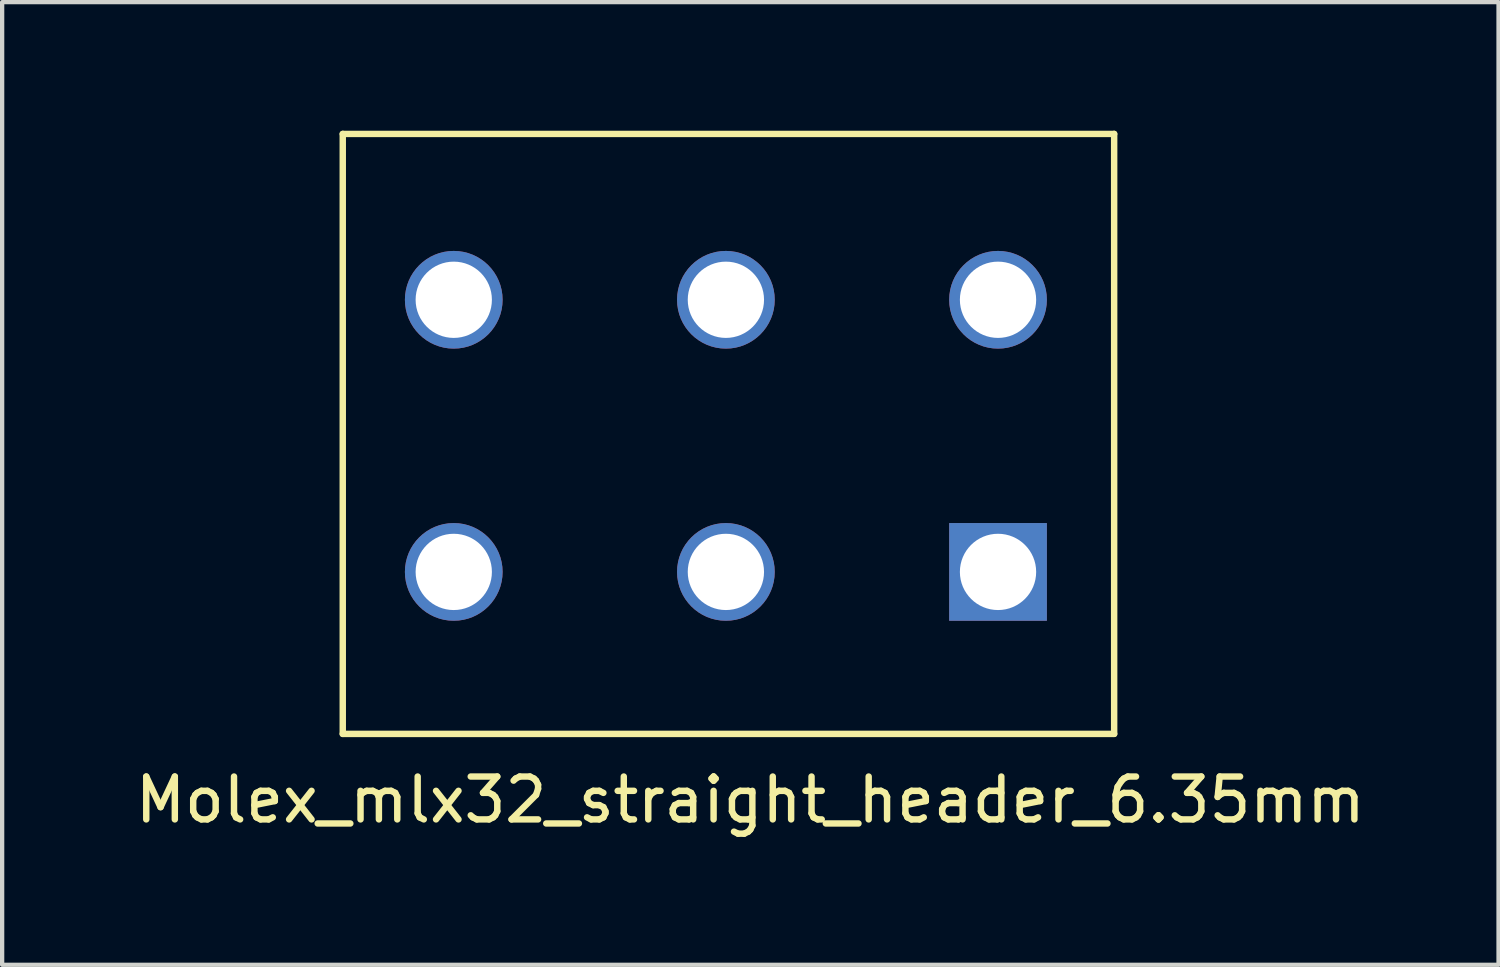
<source format=kicad_pcb>
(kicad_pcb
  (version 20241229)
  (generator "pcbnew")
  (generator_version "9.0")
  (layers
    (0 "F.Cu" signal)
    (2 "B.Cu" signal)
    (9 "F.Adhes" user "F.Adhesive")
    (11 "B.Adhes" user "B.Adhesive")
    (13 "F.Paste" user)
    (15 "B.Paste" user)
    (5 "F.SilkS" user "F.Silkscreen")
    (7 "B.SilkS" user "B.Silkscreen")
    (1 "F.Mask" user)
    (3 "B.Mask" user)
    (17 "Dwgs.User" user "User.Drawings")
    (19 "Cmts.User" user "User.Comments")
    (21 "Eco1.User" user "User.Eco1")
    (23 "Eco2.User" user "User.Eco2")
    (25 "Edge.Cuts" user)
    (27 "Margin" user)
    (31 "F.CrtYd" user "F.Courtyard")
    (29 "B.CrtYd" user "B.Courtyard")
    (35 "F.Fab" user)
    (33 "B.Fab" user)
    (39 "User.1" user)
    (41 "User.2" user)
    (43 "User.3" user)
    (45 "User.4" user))
  (footprint "Molex_mlx32_straight_header_6.35mm"
    (layer "F.Cu")
    (at 13.948 7.075)
    (property "Reference" "Molex_mlx32_straight_header_6.35mm" (at 0.51 8.54 0) (layer "F.SilkS") (effects (font (size 1 1) (thickness 0.15))))
    (attr through_hole)
    (fp_line (start -9 -7) (end -9 7) (stroke (width 0.15) (type solid)) (layer "F.SilkS"))
    (fp_line (start -9 -7) (end 9 -7) (stroke (width 0.15) (type solid)) (layer "F.SilkS"))
    (fp_line (start -9 7) (end 9 7) (stroke (width 0.15) (type solid)) (layer "F.SilkS"))
    (fp_line (start 9 -7) (end 9 7) (stroke (width 0.15) (type solid)) (layer "F.SilkS"))
    (pad "1" thru_hole rect (at 6.29 3.22) (size 2.28 2.28) (drill 1.78) (layers "*.Cu" "*.Mask"))
    (pad "2" thru_hole circle (at -0.06 3.22) (size 2.28 2.28) (drill 1.78) (layers "*.Cu" "*.Mask"))
    (pad "3" thru_hole circle (at -6.41 3.22) (size 2.28 2.28) (drill 1.78) (layers "*.Cu" "*.Mask"))
    (pad "4" thru_hole circle (at 6.29 -3.13) (size 2.28 2.28) (drill 1.78) (layers "*.Cu" "*.Mask"))
    (pad "5" thru_hole circle (at -0.06 -3.13) (size 2.28 2.28) (drill 1.78) (layers "*.Cu" "*.Mask"))
    (pad "6" thru_hole circle (at -6.41 -3.13) (size 2.28 2.28) (drill 1.78) (layers "*.Cu" "*.Mask")))
  (gr_rect
    (start -3 -3)
    (end 31.917 19.463)
    (stroke (width 0.1) (type default))
    (fill no)
    (layer "Edge.Cuts")))
</source>
